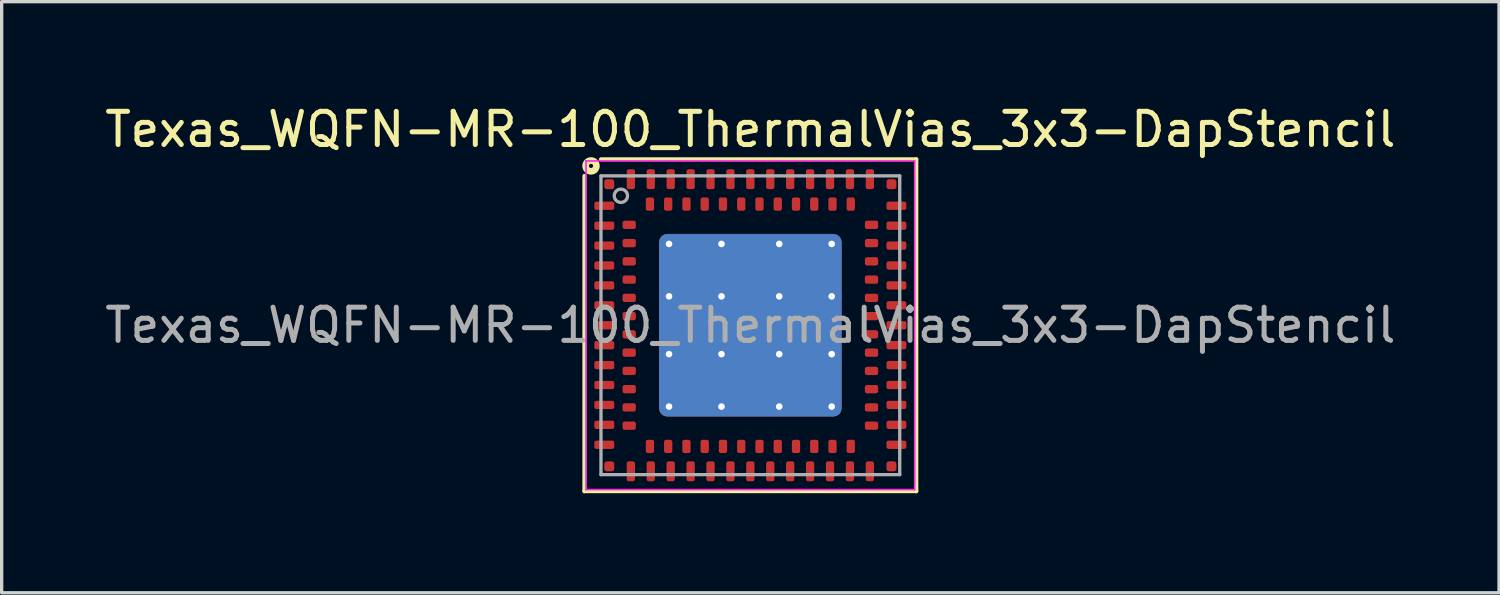
<source format=kicad_pcb>
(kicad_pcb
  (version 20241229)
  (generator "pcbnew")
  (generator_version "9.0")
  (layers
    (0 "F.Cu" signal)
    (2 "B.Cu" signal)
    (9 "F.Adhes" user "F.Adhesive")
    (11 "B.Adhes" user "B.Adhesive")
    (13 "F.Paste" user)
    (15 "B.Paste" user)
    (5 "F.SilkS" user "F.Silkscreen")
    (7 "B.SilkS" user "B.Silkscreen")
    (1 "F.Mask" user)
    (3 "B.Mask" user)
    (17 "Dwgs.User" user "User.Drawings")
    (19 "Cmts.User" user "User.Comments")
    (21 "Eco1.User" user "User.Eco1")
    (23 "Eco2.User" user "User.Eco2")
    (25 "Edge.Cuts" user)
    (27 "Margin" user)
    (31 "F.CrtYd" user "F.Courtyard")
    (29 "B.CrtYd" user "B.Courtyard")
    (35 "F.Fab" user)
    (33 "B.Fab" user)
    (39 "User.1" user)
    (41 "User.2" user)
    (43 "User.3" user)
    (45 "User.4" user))
  (footprint "Texas_WQFN-MR-100_ThermalVias_3x3-DapStencil"
    (layer "F.Cu")
    (at 19.554 6.748)
    (property "Reference" "Texas_WQFN-MR-100_ThermalVias_3x3-DapStencil" (at 0 -5.9 0) (layer "F.SilkS") (effects (font (size 1 1) (thickness 0.15))))
    (attr smd)
    (fp_line (start -5 5) (end -5 -4.5) (stroke (width 0.12) (type solid)) (layer "F.SilkS"))
    (fp_line (start -4.5 -5) (end 5 -5) (stroke (width 0.12) (type solid)) (layer "F.SilkS"))
    (fp_line (start 5 -5) (end 5 5) (stroke (width 0.12) (type solid)) (layer "F.SilkS"))
    (fp_line (start 5 5) (end -5 5) (stroke (width 0.12) (type solid)) (layer "F.SilkS"))
    (fp_circle (center -4.8 -4.8) (end -4.737 -4.8) (stroke (width 0.2) (type solid)) (fill no) (layer "F.SilkS"))
    (fp_line (start -4.95 -4.95) (end 4.95 -4.95) (stroke (width 0.05) (type solid)) (layer "F.CrtYd"))
    (fp_line (start -4.95 4.95) (end -4.95 -4.95) (stroke (width 0.05) (type solid)) (layer "F.CrtYd"))
    (fp_line (start 4.95 -4.95) (end 4.95 4.95) (stroke (width 0.05) (type solid)) (layer "F.CrtYd"))
    (fp_line (start 4.95 4.95) (end -4.95 4.95) (stroke (width 0.05) (type solid)) (layer "F.CrtYd"))
    (fp_line (start -4.5 -4.5) (end -4.5 4.5) (stroke (width 0.1) (type solid)) (layer "F.Fab"))
    (fp_line (start -4.5 -4.5) (end 4.5 -4.5) (stroke (width 0.1) (type solid)) (layer "F.Fab"))
    (fp_line (start -4.5 4.5) (end 4.5 4.5) (stroke (width 0.1) (type solid)) (layer "F.Fab"))
    (fp_line (start 4.5 -4.5) (end 4.5 4.5) (stroke (width 0.1) (type solid)) (layer "F.Fab"))
    (fp_circle (center -3.9 -3.9) (end -3.7 -3.9) (stroke (width 0.1) (type solid)) (fill no) (layer "F.Fab"))
    (fp_text user "${REFERENCE}" (at 0 0 0) (layer "F.Fab") (effects (font (size 1 1) (thickness 0.15))))
    (pad "" smd roundrect (at -1.66 -1.66) (size 1.5 1.5) (layers "F.Paste") (roundrect_rratio 0.167))
    (pad "" smd roundrect (at -1.66 0) (size 1.5 1.5) (layers "F.Paste") (roundrect_rratio 0.167))
    (pad "" smd roundrect (at -1.66 1.66) (size 1.5 1.5) (layers "F.Paste") (roundrect_rratio 0.167))
    (pad "" smd roundrect (at 0 -1.66) (size 1.5 1.5) (layers "F.Paste") (roundrect_rratio 0.167))
    (pad "" smd roundrect (at 0 0) (size 1.5 1.5) (layers "F.Paste") (roundrect_rratio 0.167))
    (pad "" smd roundrect (at 0 1.66) (size 1.5 1.5) (layers "F.Paste") (roundrect_rratio 0.167))
    (pad "" smd roundrect (at 1.66 -1.66) (size 1.5 1.5) (layers "F.Paste") (roundrect_rratio 0.167))
    (pad "" smd roundrect (at 1.66 0) (size 1.5 1.5) (layers "F.Paste") (roundrect_rratio 0.167))
    (pad "" smd roundrect (at 1.66 1.66) (size 1.5 1.5) (layers "F.Paste") (roundrect_rratio 0.167))
    (pad "A1" smd roundrect (at -4.4 -3.6 90) (size 0.25 0.6) (layers "F.Cu" "F.Mask" "F.Paste") (roundrect_rratio 0.25))
    (pad "A2" smd roundrect (at -4.4 -3 90) (size 0.25 0.6) (layers "F.Cu" "F.Mask" "F.Paste") (roundrect_rratio 0.25))
    (pad "A3" smd roundrect (at -4.4 -2.4 90) (size 0.25 0.6) (layers "F.Cu" "F.Mask" "F.Paste") (roundrect_rratio 0.25))
    (pad "A4" smd roundrect (at -4.4 -1.8 90) (size 0.25 0.6) (layers "F.Cu" "F.Mask" "F.Paste") (roundrect_rratio 0.25))
    (pad "A5" smd roundrect (at -4.4 -1.2 90) (size 0.25 0.6) (layers "F.Cu" "F.Mask" "F.Paste") (roundrect_rratio 0.25))
    (pad "A6" smd roundrect (at -4.4 -0.6 90) (size 0.25 0.6) (layers "F.Cu" "F.Mask" "F.Paste") (roundrect_rratio 0.25))
    (pad "A7" smd roundrect (at -4.4 0 90) (size 0.25 0.6) (layers "F.Cu" "F.Mask" "F.Paste") (roundrect_rratio 0.25))
    (pad "A8" smd roundrect (at -4.4 0.6 90) (size 0.25 0.6) (layers "F.Cu" "F.Mask" "F.Paste") (roundrect_rratio 0.25))
    (pad "A9" smd roundrect (at -4.4 1.2 90) (size 0.25 0.6) (layers "F.Cu" "F.Mask" "F.Paste") (roundrect_rratio 0.25))
    (pad "A10" smd roundrect (at -4.4 1.8 90) (size 0.25 0.6) (layers "F.Cu" "F.Mask" "F.Paste") (roundrect_rratio 0.25))
    (pad "A11" smd roundrect (at -4.4 2.4 90) (size 0.25 0.6) (layers "F.Cu" "F.Mask" "F.Paste") (roundrect_rratio 0.25))
    (pad "A12" smd roundrect (at -4.4 3 90) (size 0.25 0.6) (layers "F.Cu" "F.Mask" "F.Paste") (roundrect_rratio 0.25))
    (pad "A13" smd roundrect (at -4.4 3.6 90) (size 0.25 0.6) (layers "F.Cu" "F.Mask" "F.Paste") (roundrect_rratio 0.25))
    (pad "A14" smd roundrect (at -3.6 4.4) (size 0.25 0.6) (layers "F.Cu" "F.Mask" "F.Paste") (roundrect_rratio 0.25))
    (pad "A15" smd roundrect (at -3 4.4) (size 0.25 0.6) (layers "F.Cu" "F.Mask" "F.Paste") (roundrect_rratio 0.25))
    (pad "A16" smd roundrect (at -2.4 4.4) (size 0.25 0.6) (layers "F.Cu" "F.Mask" "F.Paste") (roundrect_rratio 0.25))
    (pad "A17" smd roundrect (at -1.8 4.4) (size 0.25 0.6) (layers "F.Cu" "F.Mask" "F.Paste") (roundrect_rratio 0.25))
    (pad "A18" smd roundrect (at -1.2 4.4) (size 0.25 0.6) (layers "F.Cu" "F.Mask" "F.Paste") (roundrect_rratio 0.25))
    (pad "A19" smd roundrect (at -0.6 4.4) (size 0.25 0.6) (layers "F.Cu" "F.Mask" "F.Paste") (roundrect_rratio 0.25))
    (pad "A20" smd roundrect (at 0 4.4) (size 0.25 0.6) (layers "F.Cu" "F.Mask" "F.Paste") (roundrect_rratio 0.25))
    (pad "A21" smd roundrect (at 0.6 4.4) (size 0.25 0.6) (layers "F.Cu" "F.Mask" "F.Paste") (roundrect_rratio 0.25))
    (pad "A22" smd roundrect (at 1.2 4.4) (size 0.25 0.6) (layers "F.Cu" "F.Mask" "F.Paste") (roundrect_rratio 0.25))
    (pad "A23" smd roundrect (at 1.8 4.4) (size 0.25 0.6) (layers "F.Cu" "F.Mask" "F.Paste") (roundrect_rratio 0.25))
    (pad "A24" smd roundrect (at 2.4 4.4) (size 0.25 0.6) (layers "F.Cu" "F.Mask" "F.Paste") (roundrect_rratio 0.25))
    (pad "A25" smd roundrect (at 3 4.4) (size 0.25 0.6) (layers "F.Cu" "F.Mask" "F.Paste") (roundrect_rratio 0.25))
    (pad "A26" smd roundrect (at 3.6 4.4) (size 0.25 0.6) (layers "F.Cu" "F.Mask" "F.Paste") (roundrect_rratio 0.25))
    (pad "A27" smd roundrect (at 4.4 3.6 90) (size 0.25 0.6) (layers "F.Cu" "F.Mask" "F.Paste") (roundrect_rratio 0.25))
    (pad "A28" smd roundrect (at 4.4 3 90) (size 0.25 0.6) (layers "F.Cu" "F.Mask" "F.Paste") (roundrect_rratio 0.25))
    (pad "A29" smd roundrect (at 4.4 2.4 90) (size 0.25 0.6) (layers "F.Cu" "F.Mask" "F.Paste") (roundrect_rratio 0.25))
    (pad "A30" smd roundrect (at 4.4 1.8 90) (size 0.25 0.6) (layers "F.Cu" "F.Mask" "F.Paste") (roundrect_rratio 0.25))
    (pad "A31" smd roundrect (at 4.4 1.2 90) (size 0.25 0.6) (layers "F.Cu" "F.Mask" "F.Paste") (roundrect_rratio 0.25))
    (pad "A32" smd roundrect (at 4.4 0.6 90) (size 0.25 0.6) (layers "F.Cu" "F.Mask" "F.Paste") (roundrect_rratio 0.25))
    (pad "A33" smd roundrect (at 4.4 0 90) (size 0.25 0.6) (layers "F.Cu" "F.Mask" "F.Paste") (roundrect_rratio 0.25))
    (pad "A34" smd roundrect (at 4.4 -0.6 90) (size 0.25 0.6) (layers "F.Cu" "F.Mask" "F.Paste") (roundrect_rratio 0.25))
    (pad "A35" smd roundrect (at 4.4 -1.2 90) (size 0.25 0.6) (layers "F.Cu" "F.Mask" "F.Paste") (roundrect_rratio 0.25))
    (pad "A36" smd roundrect (at 4.4 -1.8 90) (size 0.25 0.6) (layers "F.Cu" "F.Mask" "F.Paste") (roundrect_rratio 0.25))
    (pad "A37" smd roundrect (at 4.4 -2.4 90) (size 0.25 0.6) (layers "F.Cu" "F.Mask" "F.Paste") (roundrect_rratio 0.25))
    (pad "A38" smd roundrect (at 4.4 -3 90) (size 0.25 0.6) (layers "F.Cu" "F.Mask" "F.Paste") (roundrect_rratio 0.25))
    (pad "A39" smd roundrect (at 4.4 -3.6 90) (size 0.25 0.6) (layers "F.Cu" "F.Mask" "F.Paste") (roundrect_rratio 0.25))
    (pad "A40" smd roundrect (at 3.6 -4.4) (size 0.25 0.6) (layers "F.Cu" "F.Mask" "F.Paste") (roundrect_rratio 0.25))
    (pad "A41" smd roundrect (at 3 -4.4) (size 0.25 0.6) (layers "F.Cu" "F.Mask" "F.Paste") (roundrect_rratio 0.25))
    (pad "A42" smd roundrect (at 2.4 -4.4) (size 0.25 0.6) (layers "F.Cu" "F.Mask" "F.Paste") (roundrect_rratio 0.25))
    (pad "A43" smd roundrect (at 1.8 -4.4) (size 0.25 0.6) (layers "F.Cu" "F.Mask" "F.Paste") (roundrect_rratio 0.25))
    (pad "A44" smd roundrect (at 1.2 -4.4) (size 0.25 0.6) (layers "F.Cu" "F.Mask" "F.Paste") (roundrect_rratio 0.25))
    (pad "A45" smd roundrect (at 0.6 -4.4) (size 0.25 0.6) (layers "F.Cu" "F.Mask" "F.Paste") (roundrect_rratio 0.25))
    (pad "A46" smd roundrect (at 0 -4.4) (size 0.25 0.6) (layers "F.Cu" "F.Mask" "F.Paste") (roundrect_rratio 0.25))
    (pad "A47" smd roundrect (at -0.6 -4.4) (size 0.25 0.6) (layers "F.Cu" "F.Mask" "F.Paste") (roundrect_rratio 0.25))
    (pad "A48" smd roundrect (at -1.2 -4.4) (size 0.25 0.6) (layers "F.Cu" "F.Mask" "F.Paste") (roundrect_rratio 0.25))
    (pad "A49" smd roundrect (at -1.8 -4.4) (size 0.25 0.6) (layers "F.Cu" "F.Mask" "F.Paste") (roundrect_rratio 0.25))
    (pad "A50" smd roundrect (at -2.4 -4.4) (size 0.25 0.6) (layers "F.Cu" "F.Mask" "F.Paste") (roundrect_rratio 0.25))
    (pad "A51" smd roundrect (at -3 -4.4) (size 0.25 0.6) (layers "F.Cu" "F.Mask" "F.Paste") (roundrect_rratio 0.25))
    (pad "A52" smd roundrect (at -3.6 -4.4) (size 0.25 0.6) (layers "F.Cu" "F.Mask" "F.Paste") (roundrect_rratio 0.25))
    (pad "A53" thru_hole circle (at -2.45 -2.45) (size 0.5 0.5) (drill 0.2) (property pad_prop_heatsink) (layers "*.Cu"))
    (pad "A53" thru_hole circle (at -2.45 -0.87) (size 0.5 0.5) (drill 0.2) (property pad_prop_heatsink) (layers "*.Cu"))
    (pad "A53" thru_hole circle (at -2.45 0.87) (size 0.5 0.5) (drill 0.2) (property pad_prop_heatsink) (layers "*.Cu"))
    (pad "A53" thru_hole circle (at -2.45 2.45) (size 0.5 0.5) (drill 0.2) (property pad_prop_heatsink) (layers "*.Cu"))
    (pad "A53" thru_hole circle (at -0.87 -2.45) (size 0.5 0.5) (drill 0.2) (property pad_prop_heatsink) (layers "*.Cu"))
    (pad "A53" thru_hole circle (at -0.87 -0.87) (size 0.5 0.5) (drill 0.2) (property pad_prop_heatsink) (layers "*.Cu"))
    (pad "A53" thru_hole circle (at -0.87 0.87) (size 0.5 0.5) (drill 0.2) (property pad_prop_heatsink) (layers "*.Cu"))
    (pad "A53" thru_hole circle (at -0.87 2.45) (size 0.5 0.5) (drill 0.2) (property pad_prop_heatsink) (layers "*.Cu"))
    (pad "A53" smd roundrect (at 0 0) (size 5.5 5.5) (layers "F.Cu" "F.Mask") (roundrect_rratio 0.045))
    (pad "A53" smd roundrect (at 0 0) (size 5.5 5.5) (layers "B.Cu" "B.Mask") (roundrect_rratio 0.045))
    (pad "A53" thru_hole circle (at 0.87 -2.45) (size 0.5 0.5) (drill 0.2) (property pad_prop_heatsink) (layers "*.Cu"))
    (pad "A53" thru_hole circle (at 0.87 -0.87) (size 0.5 0.5) (drill 0.2) (property pad_prop_heatsink) (layers "*.Cu"))
    (pad "A53" thru_hole circle (at 0.87 0.87) (size 0.5 0.5) (drill 0.2) (property pad_prop_heatsink) (layers "*.Cu"))
    (pad "A53" thru_hole circle (at 0.87 2.45) (size 0.5 0.5) (drill 0.2) (property pad_prop_heatsink) (layers "*.Cu"))
    (pad "A53" thru_hole circle (at 2.45 -2.45) (size 0.5 0.5) (drill 0.2) (property pad_prop_heatsink) (layers "*.Cu"))
    (pad "A53" thru_hole circle (at 2.45 -0.87) (size 0.5 0.5) (drill 0.2) (property pad_prop_heatsink) (layers "*.Cu"))
    (pad "A53" thru_hole circle (at 2.45 0.87) (size 0.5 0.5) (drill 0.2) (property pad_prop_heatsink) (layers "*.Cu"))
    (pad "A53" thru_hole circle (at 2.45 2.45) (size 0.5 0.5) (drill 0.2) (property pad_prop_heatsink) (layers "*.Cu"))
    (pad "B1" smd roundrect (at -3.65 -3.025 90) (size 0.25 0.4) (layers "F.Cu" "F.Mask" "F.Paste") (roundrect_rratio 0.25))
    (pad "B2" smd roundrect (at -3.65 -2.475 90) (size 0.25 0.4) (layers "F.Cu" "F.Mask" "F.Paste") (roundrect_rratio 0.25))
    (pad "B3" smd roundrect (at -3.65 -1.925 90) (size 0.25 0.4) (layers "F.Cu" "F.Mask" "F.Paste") (roundrect_rratio 0.25))
    (pad "B4" smd roundrect (at -3.65 -1.375 90) (size 0.25 0.4) (layers "F.Cu" "F.Mask" "F.Paste") (roundrect_rratio 0.25))
    (pad "B5" smd roundrect (at -3.65 -0.825 90) (size 0.25 0.4) (layers "F.Cu" "F.Mask" "F.Paste") (roundrect_rratio 0.25))
    (pad "B6" smd roundrect (at -3.65 -0.275 90) (size 0.25 0.4) (layers "F.Cu" "F.Mask" "F.Paste") (roundrect_rratio 0.25))
    (pad "B7" smd roundrect (at -3.65 0.275 90) (size 0.25 0.4) (layers "F.Cu" "F.Mask" "F.Paste") (roundrect_rratio 0.25))
    (pad "B8" smd roundrect (at -3.65 0.825 90) (size 0.25 0.4) (layers "F.Cu" "F.Mask" "F.Paste") (roundrect_rratio 0.25))
    (pad "B9" smd roundrect (at -3.65 1.375 90) (size 0.25 0.4) (layers "F.Cu" "F.Mask" "F.Paste") (roundrect_rratio 0.25))
    (pad "B10" smd roundrect (at -3.65 1.925 90) (size 0.25 0.4) (layers "F.Cu" "F.Mask" "F.Paste") (roundrect_rratio 0.25))
    (pad "B11" smd roundrect (at -3.65 2.475 90) (size 0.25 0.4) (layers "F.Cu" "F.Mask" "F.Paste") (roundrect_rratio 0.25))
    (pad "B12" smd roundrect (at -3.65 3.025 90) (size 0.25 0.4) (layers "F.Cu" "F.Mask" "F.Paste") (roundrect_rratio 0.25))
    (pad "B13" smd roundrect (at -3.025 3.65) (size 0.25 0.4) (layers "F.Cu" "F.Mask" "F.Paste") (roundrect_rratio 0.25))
    (pad "B14" smd roundrect (at -2.475 3.65) (size 0.25 0.4) (layers "F.Cu" "F.Mask" "F.Paste") (roundrect_rratio 0.25))
    (pad "B15" smd roundrect (at -1.925 3.65) (size 0.25 0.4) (layers "F.Cu" "F.Mask" "F.Paste") (roundrect_rratio 0.25))
    (pad "B16" smd roundrect (at -1.375 3.65) (size 0.25 0.4) (layers "F.Cu" "F.Mask" "F.Paste") (roundrect_rratio 0.25))
    (pad "B17" smd roundrect (at -0.825 3.65) (size 0.25 0.4) (layers "F.Cu" "F.Mask" "F.Paste") (roundrect_rratio 0.25))
    (pad "B18" smd roundrect (at -0.275 3.65) (size 0.25 0.4) (layers "F.Cu" "F.Mask" "F.Paste") (roundrect_rratio 0.25))
    (pad "B19" smd roundrect (at 0.275 3.65) (size 0.25 0.4) (layers "F.Cu" "F.Mask" "F.Paste") (roundrect_rratio 0.25))
    (pad "B20" smd roundrect (at 0.825 3.65) (size 0.25 0.4) (layers "F.Cu" "F.Mask" "F.Paste") (roundrect_rratio 0.25))
    (pad "B21" smd roundrect (at 1.375 3.65) (size 0.25 0.4) (layers "F.Cu" "F.Mask" "F.Paste") (roundrect_rratio 0.25))
    (pad "B22" smd roundrect (at 1.925 3.65) (size 0.25 0.4) (layers "F.Cu" "F.Mask" "F.Paste") (roundrect_rratio 0.25))
    (pad "B23" smd roundrect (at 2.475 3.65) (size 0.25 0.4) (layers "F.Cu" "F.Mask" "F.Paste") (roundrect_rratio 0.25))
    (pad "B24" smd roundrect (at 3.025 3.65) (size 0.25 0.4) (layers "F.Cu" "F.Mask" "F.Paste") (roundrect_rratio 0.25))
    (pad "B25" smd roundrect (at 3.65 3.025 90) (size 0.25 0.4) (layers "F.Cu" "F.Mask" "F.Paste") (roundrect_rratio 0.25))
    (pad "B26" smd roundrect (at 3.65 2.475 90) (size 0.25 0.4) (layers "F.Cu" "F.Mask" "F.Paste") (roundrect_rratio 0.25))
    (pad "B27" smd roundrect (at 3.65 1.925 90) (size 0.25 0.4) (layers "F.Cu" "F.Mask" "F.Paste") (roundrect_rratio 0.25))
    (pad "B28" smd roundrect (at 3.65 1.375 90) (size 0.25 0.4) (layers "F.Cu" "F.Mask" "F.Paste") (roundrect_rratio 0.25))
    (pad "B29" smd roundrect (at 3.65 0.825 90) (size 0.25 0.4) (layers "F.Cu" "F.Mask" "F.Paste") (roundrect_rratio 0.25))
    (pad "B30" smd roundrect (at 3.65 0.275 90) (size 0.25 0.4) (layers "F.Cu" "F.Mask" "F.Paste") (roundrect_rratio 0.25))
    (pad "B31" smd roundrect (at 3.65 -0.275 90) (size 0.25 0.4) (layers "F.Cu" "F.Mask" "F.Paste") (roundrect_rratio 0.25))
    (pad "B32" smd roundrect (at 3.65 -0.825 90) (size 0.25 0.4) (layers "F.Cu" "F.Mask" "F.Paste") (roundrect_rratio 0.25))
    (pad "B33" smd roundrect (at 3.65 -1.375 90) (size 0.25 0.4) (layers "F.Cu" "F.Mask" "F.Paste") (roundrect_rratio 0.25))
    (pad "B34" smd roundrect (at 3.65 -1.925 90) (size 0.25 0.4) (layers "F.Cu" "F.Mask" "F.Paste") (roundrect_rratio 0.25))
    (pad "B35" smd roundrect (at 3.65 -2.475 90) (size 0.25 0.4) (layers "F.Cu" "F.Mask" "F.Paste") (roundrect_rratio 0.25))
    (pad "B36" smd roundrect (at 3.65 -3.025 90) (size 0.25 0.4) (layers "F.Cu" "F.Mask" "F.Paste") (roundrect_rratio 0.25))
    (pad "B37" smd roundrect (at 3.025 -3.65) (size 0.25 0.4) (layers "F.Cu" "F.Mask" "F.Paste") (roundrect_rratio 0.25))
    (pad "B38" smd roundrect (at 2.475 -3.65) (size 0.25 0.4) (layers "F.Cu" "F.Mask" "F.Paste") (roundrect_rratio 0.25))
    (pad "B39" smd roundrect (at 1.925 -3.65) (size 0.25 0.4) (layers "F.Cu" "F.Mask" "F.Paste") (roundrect_rratio 0.25))
    (pad "B40" smd roundrect (at 1.375 -3.65) (size 0.25 0.4) (layers "F.Cu" "F.Mask" "F.Paste") (roundrect_rratio 0.25))
    (pad "B41" smd roundrect (at 0.825 -3.65) (size 0.25 0.4) (layers "F.Cu" "F.Mask" "F.Paste") (roundrect_rratio 0.25))
    (pad "B42" smd roundrect (at 0.275 -3.65) (size 0.25 0.4) (layers "F.Cu" "F.Mask" "F.Paste") (roundrect_rratio 0.25))
    (pad "B43" smd roundrect (at -0.275 -3.65) (size 0.25 0.4) (layers "F.Cu" "F.Mask" "F.Paste") (roundrect_rratio 0.25))
    (pad "B44" smd roundrect (at -0.825 -3.65) (size 0.25 0.4) (layers "F.Cu" "F.Mask" "F.Paste") (roundrect_rratio 0.25))
    (pad "B45" smd roundrect (at -1.375 -3.65) (size 0.25 0.4) (layers "F.Cu" "F.Mask" "F.Paste") (roundrect_rratio 0.25))
    (pad "B46" smd roundrect (at -1.925 -3.65) (size 0.25 0.4) (layers "F.Cu" "F.Mask" "F.Paste") (roundrect_rratio 0.25))
    (pad "B47" smd roundrect (at -2.475 -3.65) (size 0.25 0.4) (layers "F.Cu" "F.Mask" "F.Paste") (roundrect_rratio 0.25))
    (pad "B48" smd roundrect (at -3.025 -3.65) (size 0.25 0.4) (layers "F.Cu" "F.Mask" "F.Paste") (roundrect_rratio 0.25))
    (pad "C1" smd roundrect (at -4.25 -4.25) (size 0.3 0.3) (layers "F.Cu" "F.Mask" "F.Paste") (roundrect_rratio 0.25))
    (pad "C2" smd roundrect (at -4.25 4.25) (size 0.3 0.3) (layers "F.Cu" "F.Mask" "F.Paste") (roundrect_rratio 0.25))
    (pad "C3" smd roundrect (at 4.25 4.25) (size 0.3 0.3) (layers "F.Cu" "F.Mask" "F.Paste") (roundrect_rratio 0.25))
    (pad "C4" smd roundrect (at 4.25 -4.25) (size 0.3 0.3) (layers "F.Cu" "F.Mask" "F.Paste") (roundrect_rratio 0.25)))
  (gr_rect
    (start -3 -3)
    (end 42.107 14.808)
    (stroke (width 0.1) (type default))
    (fill no)
    (layer "Edge.Cuts")))
</source>
